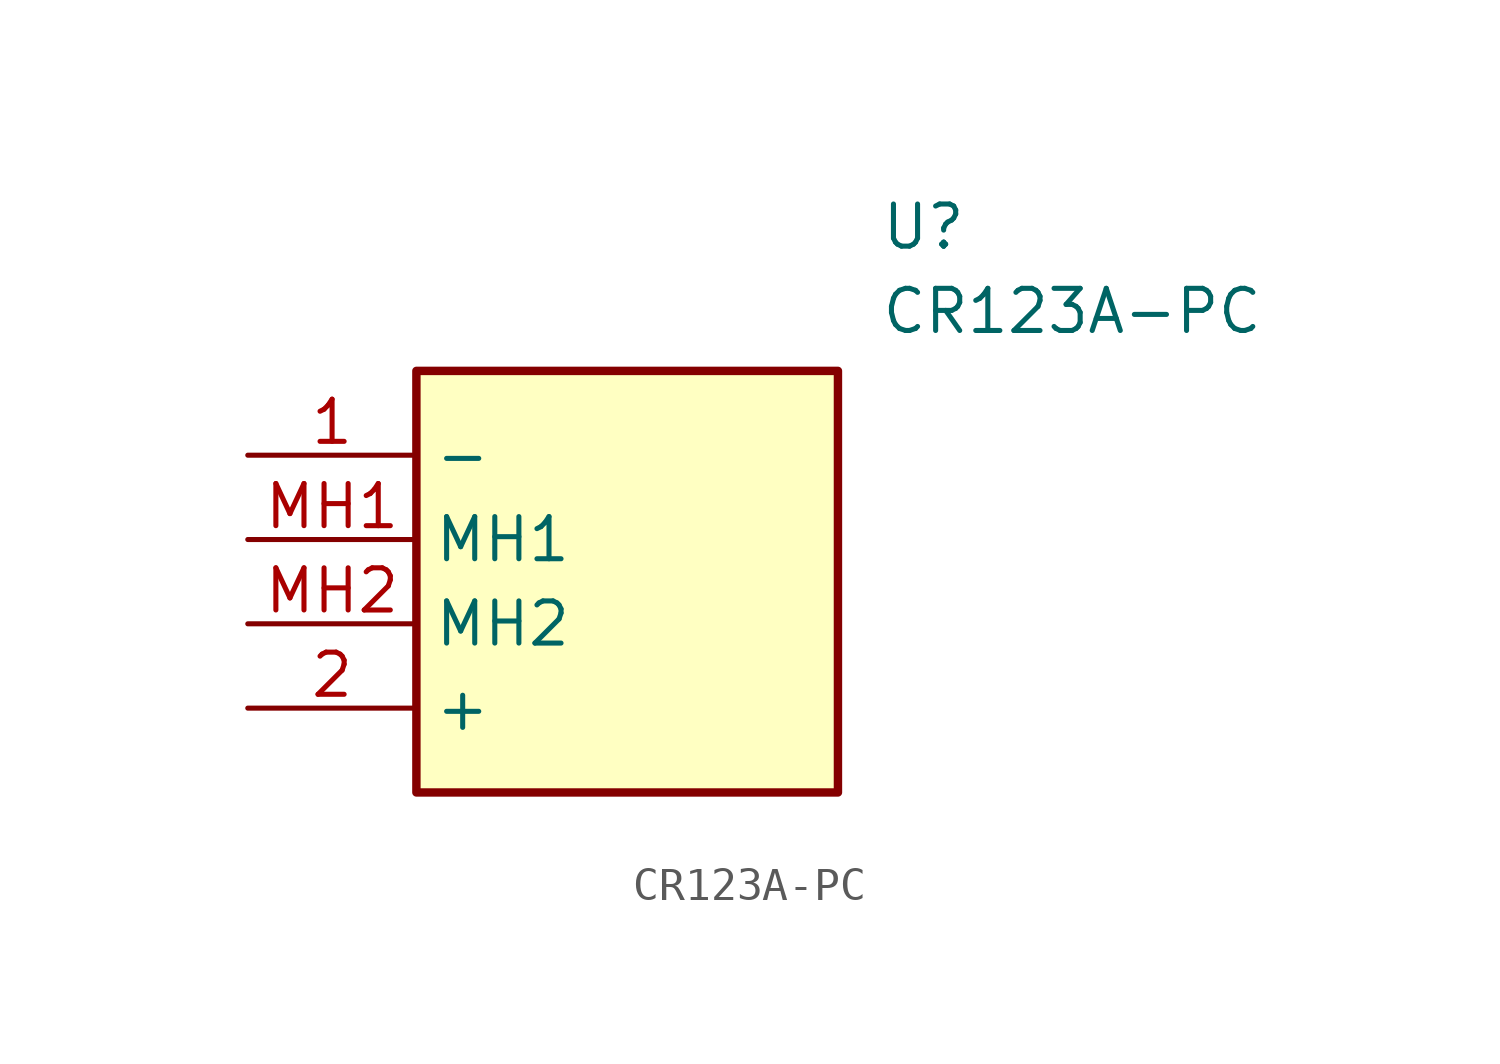
<source format=kicad_sym>
(kicad_symbol_lib
  (version 20211014)
  (generator SamacSys_ECAD_Model)
  (symbol "CR123A-PC"
    (property "Reference" "U"
      (at 19.05 7.62 0)
      (effects (font (size 1.27 1.27)) (justify left top)))
    (property "Value" "CR123A-PC"
      (at 19.05 5.08 0)
      (effects (font (size 1.27 1.27)) (justify left top)))
    (rectangle
      (start 5.08 2.54)
      (end 17.78 -10.16)
      (stroke (width 0.254) (type default))
      (fill (type background)))
    (pin passive line
      (at 0 0 0)
      (length 5.08)
      (name "-" (effects (font (size 1.27 1.27))))
      (number "1" (effects (font (size 1.27 1.27)))))
    (pin passive line
      (at 0 -7.62 0)
      (length 5.08)
      (name "+" (effects (font (size 1.27 1.27))))
      (number "2" (effects (font (size 1.27 1.27)))))
    (pin passive line
      (at 0 -2.54 0)
      (length 5.08)
      (name "MH1" (effects (font (size 1.27 1.27))))
      (number "MH1" (effects (font (size 1.27 1.27)))))
    (pin passive line
      (at 0 -5.08 0)
      (length 5.08)
      (name "MH2" (effects (font (size 1.27 1.27))))
      (number "MH2" (effects (font (size 1.27 1.27)))))))
</source>
